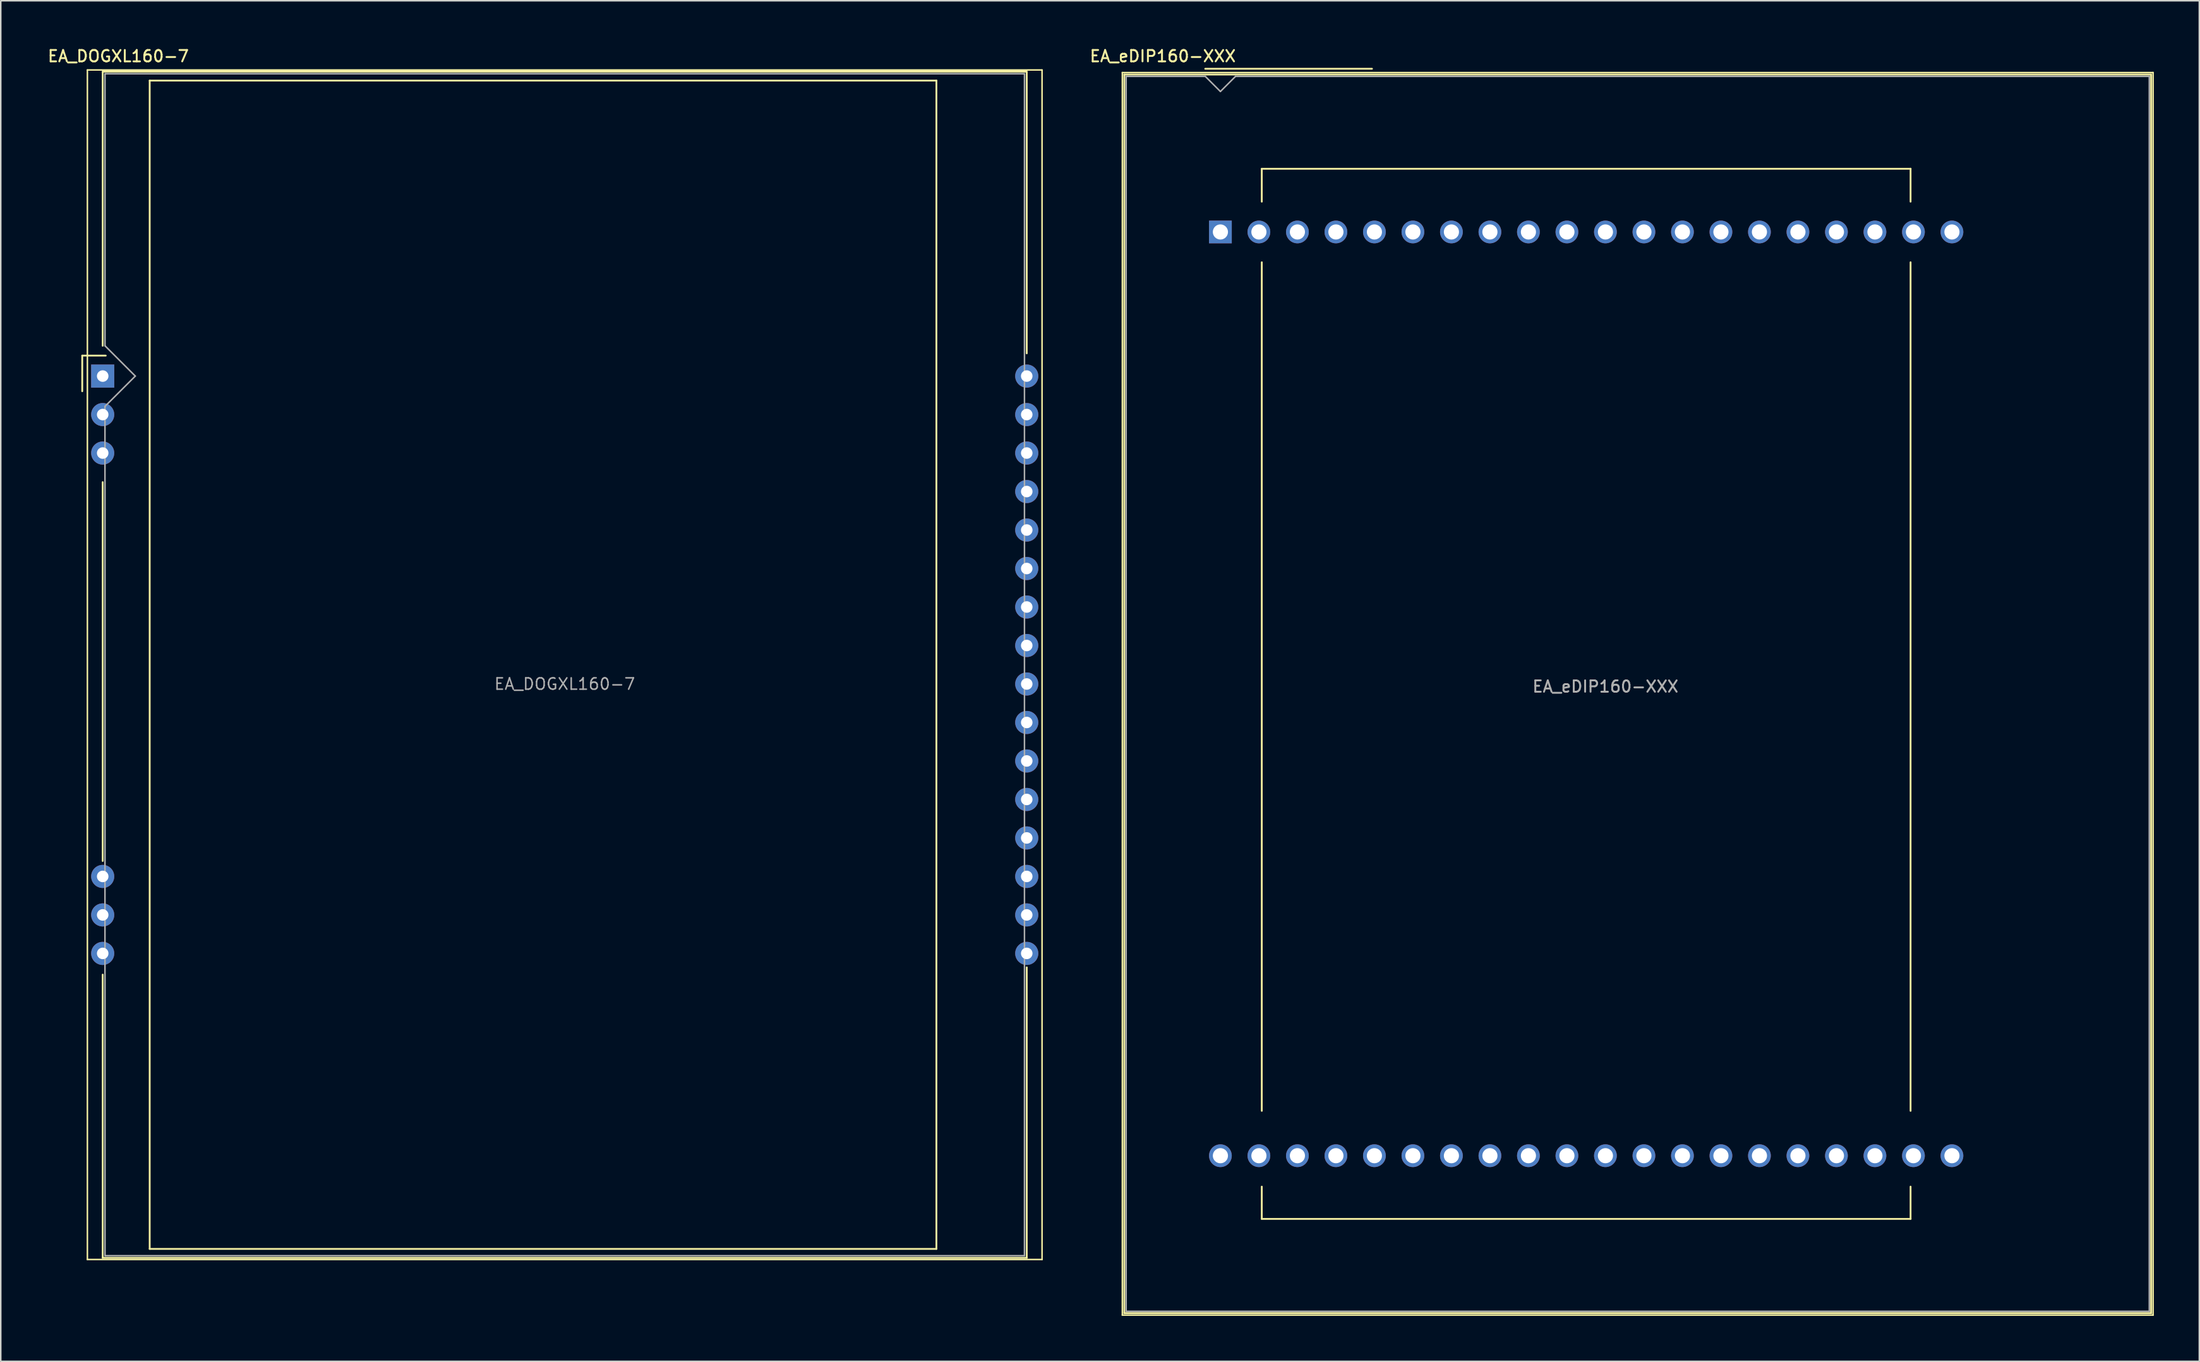
<source format=kicad_pcb>
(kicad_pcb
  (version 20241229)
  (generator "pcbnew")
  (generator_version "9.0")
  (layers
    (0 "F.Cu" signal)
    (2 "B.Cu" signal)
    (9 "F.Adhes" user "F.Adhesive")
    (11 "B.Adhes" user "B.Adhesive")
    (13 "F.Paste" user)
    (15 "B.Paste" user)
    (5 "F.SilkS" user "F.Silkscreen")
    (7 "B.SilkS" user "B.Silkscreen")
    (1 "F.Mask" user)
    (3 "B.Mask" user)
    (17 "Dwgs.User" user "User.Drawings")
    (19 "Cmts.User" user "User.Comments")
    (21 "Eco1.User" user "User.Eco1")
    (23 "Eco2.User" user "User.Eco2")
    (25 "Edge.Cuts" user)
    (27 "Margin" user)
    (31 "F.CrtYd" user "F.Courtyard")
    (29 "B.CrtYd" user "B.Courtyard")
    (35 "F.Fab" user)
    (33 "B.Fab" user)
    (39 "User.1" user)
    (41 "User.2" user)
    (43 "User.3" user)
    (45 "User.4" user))
  (footprint "EA_DOGXL160-7"
    (layer "F.Cu")
    (at 3.725 21.768)
    (property "Reference" "EA_DOGXL160-7" (at 1.03 -21.11 0) (layer "F.SilkS") (effects (font (size 0.75 0.75) (thickness 0.125))))
    (attr through_hole)
    (fp_line (start -1.35 -1.35) (end -1.35 1) (stroke (width 0.12) (type solid)) (layer "F.SilkS"))
    (fp_line (start -1.01 -20.2) (end 61.97 -20.2) (stroke (width 0.1) (type solid)) (layer "F.SilkS"))
    (fp_line (start -1.01 58.3) (end -1.01 -20.2) (stroke (width 0.1) (type solid)) (layer "F.SilkS"))
    (fp_line (start 0 -20.09) (end 0 -2) (stroke (width 0.12) (type solid)) (layer "F.SilkS"))
    (fp_line (start 0 7) (end 0 32) (stroke (width 0.12) (type solid)) (layer "F.SilkS"))
    (fp_line (start 0 39.5) (end 0 58.19) (stroke (width 0.12) (type solid)) (layer "F.SilkS"))
    (fp_line (start 0 58.19) (end 60.96 58.19) (stroke (width 0.12) (type solid)) (layer "F.SilkS"))
    (fp_line (start 0.2 -1.35) (end -1.35 -1.35) (stroke (width 0.12) (type solid)) (layer "F.SilkS"))
    (fp_line (start 3.1 -19.5) (end 3.1 57.6) (stroke (width 0.12) (type solid)) (layer "F.SilkS"))
    (fp_line (start 3.1 57.6) (end 55 57.6) (stroke (width 0.12) (type solid)) (layer "F.SilkS"))
    (fp_line (start 55 -19.5) (end 3.1 -19.5) (stroke (width 0.12) (type solid)) (layer "F.SilkS"))
    (fp_line (start 55 57.6) (end 55 -19.5) (stroke (width 0.12) (type solid)) (layer "F.SilkS"))
    (fp_line (start 60.96 -20.09) (end 0 -20.09) (stroke (width 0.12) (type solid)) (layer "F.SilkS"))
    (fp_line (start 60.96 -1.5) (end 60.96 -20.08) (stroke (width 0.12) (type solid)) (layer "F.SilkS"))
    (fp_line (start 60.96 58.19) (end 60.96 39.02) (stroke (width 0.12) (type solid)) (layer "F.SilkS"))
    (fp_line (start 61.97 -20.2) (end 61.97 58.3) (stroke (width 0.1) (type solid)) (layer "F.SilkS"))
    (fp_line (start 61.97 58.3) (end -1.01 58.3) (stroke (width 0.1) (type solid)) (layer "F.SilkS"))
    (fp_line (start 0.15 -19.95) (end 60.81 -19.95) (stroke (width 0.1) (type solid)) (layer "F.Fab"))
    (fp_line (start 0.15 -2) (end 0.15 -19.95) (stroke (width 0.1) (type solid)) (layer "F.Fab"))
    (fp_line (start 0.15 -2) (end 2.15 0) (stroke (width 0.1) (type solid)) (layer "F.Fab"))
    (fp_line (start 0.15 2) (end 0.15 58.05) (stroke (width 0.1) (type solid)) (layer "F.Fab"))
    (fp_line (start 2.15 0) (end 0.15 2) (stroke (width 0.1) (type solid)) (layer "F.Fab"))
    (fp_line (start 60.81 -19.95) (end 60.81 58.05) (stroke (width 0.1) (type solid)) (layer "F.Fab"))
    (fp_line (start 60.81 58.05) (end 0.15 58.05) (stroke (width 0.1) (type solid)) (layer "F.Fab"))
    (fp_text user "${REFERENCE}" (at 30.48 20.32 0) (layer "F.Fab") (effects (font (size 0.75 0.75) (thickness 0.1))))
    (pad "1" thru_hole rect (at 0 0) (size 1.524 1.524) (drill 0.762) (layers "*.Cu" "*.Mask"))
    (pad "2" thru_hole circle (at 0 2.54) (size 1.524 1.524) (drill 0.762) (layers "*.Cu" "*.Mask"))
    (pad "3" thru_hole circle (at 0 5.08) (size 1.524 1.524) (drill 0.762) (layers "*.Cu" "*.Mask"))
    (pad "14" thru_hole circle (at 0 33.02) (size 1.524 1.524) (drill 0.762) (layers "*.Cu" "*.Mask"))
    (pad "15" thru_hole circle (at 0 35.56) (size 1.524 1.524) (drill 0.762) (layers "*.Cu" "*.Mask"))
    (pad "16" thru_hole circle (at 0 38.1) (size 1.524 1.524) (drill 0.762) (layers "*.Cu" "*.Mask"))
    (pad "17" thru_hole circle (at 60.96 38.1) (size 1.524 1.524) (drill 0.762) (layers "*.Cu" "*.Mask"))
    (pad "18" thru_hole circle (at 60.96 35.56) (size 1.524 1.524) (drill 0.762) (layers "*.Cu" "*.Mask"))
    (pad "19" thru_hole circle (at 60.96 33.02) (size 1.524 1.524) (drill 0.762) (layers "*.Cu" "*.Mask"))
    (pad "20" thru_hole circle (at 60.96 30.48) (size 1.524 1.524) (drill 0.762) (layers "*.Cu" "*.Mask"))
    (pad "21" thru_hole circle (at 60.96 27.94) (size 1.524 1.524) (drill 0.762) (layers "*.Cu" "*.Mask"))
    (pad "22" thru_hole circle (at 60.96 25.4) (size 1.524 1.524) (drill 0.762) (layers "*.Cu" "*.Mask"))
    (pad "23" thru_hole circle (at 60.96 22.86) (size 1.524 1.524) (drill 0.762) (layers "*.Cu" "*.Mask"))
    (pad "24" thru_hole circle (at 60.96 20.32) (size 1.524 1.524) (drill 0.762) (layers "*.Cu" "*.Mask"))
    (pad "25" thru_hole circle (at 60.96 17.78) (size 1.524 1.524) (drill 0.762) (layers "*.Cu" "*.Mask"))
    (pad "26" thru_hole circle (at 60.96 15.24) (size 1.524 1.524) (drill 0.762) (layers "*.Cu" "*.Mask"))
    (pad "27" thru_hole circle (at 60.96 12.7) (size 1.524 1.524) (drill 0.762) (layers "*.Cu" "*.Mask"))
    (pad "28" thru_hole circle (at 60.96 10.16) (size 1.524 1.524) (drill 0.762) (layers "*.Cu" "*.Mask"))
    (pad "29" thru_hole circle (at 60.96 7.62) (size 1.524 1.524) (drill 0.762) (layers "*.Cu" "*.Mask"))
    (pad "30" thru_hole circle (at 60.96 5.08) (size 1.524 1.524) (drill 0.762) (layers "*.Cu" "*.Mask"))
    (pad "31" thru_hole circle (at 60.96 2.54) (size 1.524 1.524) (drill 0.762) (layers "*.Cu" "*.Mask"))
    (pad "32" thru_hole circle (at 60.96 0) (size 1.524 1.524) (drill 0.762) (layers "*.Cu" "*.Mask")))
  (footprint "EA_eDIP160-XXX"
    (layer "F.Cu")
    (at 77.461 12.258)
    (property "Reference" "EA_eDIP160-XXX" (at -3.8 -11.6 0) (layer "F.SilkS") (effects (font (size 0.75 0.75) (thickness 0.125))))
    (attr through_hole)
    (fp_line (start -6.47 -10.52) (end 61.53 -10.52) (stroke (width 0.1) (type solid)) (layer "F.SilkS"))
    (fp_line (start -6.47 71.48) (end -6.47 -10.52) (stroke (width 0.1) (type solid)) (layer "F.SilkS"))
    (fp_line (start -6.34 -10.39) (end 61.4 -10.39) (stroke (width 0.12) (type solid)) (layer "F.SilkS"))
    (fp_line (start -6.34 71.35) (end -6.34 -10.39) (stroke (width 0.12) (type solid)) (layer "F.SilkS"))
    (fp_line (start -1 -10.77) (end 10 -10.77) (stroke (width 0.12) (type solid)) (layer "F.SilkS"))
    (fp_line (start 2.73 -4.17) (end 2.73 -2) (stroke (width 0.12) (type solid)) (layer "F.SilkS"))
    (fp_line (start 2.73 -4.17) (end 45.53 -4.17) (stroke (width 0.12) (type solid)) (layer "F.SilkS"))
    (fp_line (start 2.73 2) (end 2.73 58) (stroke (width 0.12) (type solid)) (layer "F.SilkS"))
    (fp_line (start 2.73 63) (end 2.73 65.13) (stroke (width 0.12) (type solid)) (layer "F.SilkS"))
    (fp_line (start 45.53 -4.175) (end 45.53 -2) (stroke (width 0.12) (type solid)) (layer "F.SilkS"))
    (fp_line (start 45.53 2) (end 45.53 58) (stroke (width 0.12) (type solid)) (layer "F.SilkS"))
    (fp_line (start 45.53 63) (end 45.53 65.13) (stroke (width 0.12) (type solid)) (layer "F.SilkS"))
    (fp_line (start 45.53 65.13) (end 2.73 65.13) (stroke (width 0.12) (type solid)) (layer "F.SilkS"))
    (fp_line (start 61.4 -10.39) (end 61.4 71.35) (stroke (width 0.12) (type solid)) (layer "F.SilkS"))
    (fp_line (start 61.4 71.35) (end -6.34 71.35) (stroke (width 0.12) (type solid)) (layer "F.SilkS"))
    (fp_line (start 61.53 -10.52) (end 61.53 71.48) (stroke (width 0.1) (type solid)) (layer "F.SilkS"))
    (fp_line (start 61.53 71.48) (end -6.47 71.48) (stroke (width 0.1) (type solid)) (layer "F.SilkS"))
    (fp_line (start -6.22 71.23) (end -6.22 -10.27) (stroke (width 0.1) (type solid)) (layer "F.Fab"))
    (fp_line (start -1 -10.27) (end -6.22 -10.27) (stroke (width 0.1) (type solid)) (layer "F.Fab"))
    (fp_line (start -1 -10.27) (end 0 -9.27) (stroke (width 0.1) (type solid)) (layer "F.Fab"))
    (fp_line (start 0 -9.27) (end 1 -10.27) (stroke (width 0.1) (type solid)) (layer "F.Fab"))
    (fp_line (start 1 -10.27) (end 61.28 -10.27) (stroke (width 0.1) (type solid)) (layer "F.Fab"))
    (fp_line (start 61.28 -10.27) (end 61.28 71.23) (stroke (width 0.1) (type solid)) (layer "F.Fab"))
    (fp_line (start 61.28 71.23) (end -6.22 71.23) (stroke (width 0.1) (type solid)) (layer "F.Fab"))
    (fp_text user "${REFERENCE}" (at 25.4 30 0) (layer "F.Fab") (effects (font (size 0.75 0.75) (thickness 0.125))))
    (pad "1" thru_hole rect (at 0 0) (size 1.5 1.5) (drill 1) (layers "*.Cu" "*.Mask"))
    (pad "2" thru_hole circle (at 2.54 0) (size 1.5 1.5) (drill 1) (layers "*.Cu" "*.Mask"))
    (pad "3" thru_hole circle (at 5.08 0) (size 1.5 1.5) (drill 1) (layers "*.Cu" "*.Mask"))
    (pad "4" thru_hole circle (at 7.62 0) (size 1.5 1.5) (drill 1) (layers "*.Cu" "*.Mask"))
    (pad "5" thru_hole circle (at 10.16 0) (size 1.5 1.5) (drill 1) (layers "*.Cu" "*.Mask"))
    (pad "6" thru_hole circle (at 12.7 0) (size 1.5 1.5) (drill 1) (layers "*.Cu" "*.Mask"))
    (pad "7" thru_hole circle (at 15.24 0) (size 1.5 1.5) (drill 1) (layers "*.Cu" "*.Mask"))
    (pad "8" thru_hole circle (at 17.78 0) (size 1.5 1.5) (drill 1) (layers "*.Cu" "*.Mask"))
    (pad "9" thru_hole circle (at 20.32 0) (size 1.5 1.5) (drill 1) (layers "*.Cu" "*.Mask"))
    (pad "10" thru_hole circle (at 22.86 0) (size 1.5 1.5) (drill 1) (layers "*.Cu" "*.Mask"))
    (pad "11" thru_hole circle (at 25.4 0) (size 1.5 1.5) (drill 1) (layers "*.Cu" "*.Mask"))
    (pad "12" thru_hole circle (at 27.94 0) (size 1.5 1.5) (drill 1) (layers "*.Cu" "*.Mask"))
    (pad "13" thru_hole circle (at 30.48 0) (size 1.5 1.5) (drill 1) (layers "*.Cu" "*.Mask"))
    (pad "14" thru_hole circle (at 33.02 0) (size 1.5 1.5) (drill 1) (layers "*.Cu" "*.Mask"))
    (pad "15" thru_hole circle (at 35.56 0) (size 1.5 1.5) (drill 1) (layers "*.Cu" "*.Mask"))
    (pad "16" thru_hole circle (at 38.1 0) (size 1.5 1.5) (drill 1) (layers "*.Cu" "*.Mask"))
    (pad "17" thru_hole circle (at 40.64 0) (size 1.5 1.5) (drill 1) (layers "*.Cu" "*.Mask"))
    (pad "18" thru_hole circle (at 43.18 0) (size 1.5 1.5) (drill 1) (layers "*.Cu" "*.Mask"))
    (pad "19" thru_hole circle (at 45.72 0) (size 1.5 1.5) (drill 1) (layers "*.Cu" "*.Mask"))
    (pad "20" thru_hole circle (at 48.26 0) (size 1.5 1.5) (drill 1) (layers "*.Cu" "*.Mask"))
    (pad "21" thru_hole circle (at 48.26 60.96) (size 1.5 1.5) (drill 1) (layers "*.Cu" "*.Mask"))
    (pad "22" thru_hole circle (at 45.72 60.96) (size 1.5 1.5) (drill 1) (layers "*.Cu" "*.Mask"))
    (pad "23" thru_hole circle (at 43.18 60.96) (size 1.5 1.5) (drill 1) (layers "*.Cu" "*.Mask"))
    (pad "24" thru_hole circle (at 40.64 60.96) (size 1.5 1.5) (drill 1) (layers "*.Cu" "*.Mask"))
    (pad "25" thru_hole circle (at 38.1 60.96) (size 1.5 1.5) (drill 1) (layers "*.Cu" "*.Mask"))
    (pad "26" thru_hole circle (at 35.56 60.96) (size 1.5 1.5) (drill 1) (layers "*.Cu" "*.Mask"))
    (pad "27" thru_hole circle (at 33.02 60.96) (size 1.5 1.5) (drill 1) (layers "*.Cu" "*.Mask"))
    (pad "28" thru_hole circle (at 30.48 60.96) (size 1.5 1.5) (drill 1) (layers "*.Cu" "*.Mask"))
    (pad "29" thru_hole circle (at 27.94 60.96) (size 1.5 1.5) (drill 1) (layers "*.Cu" "*.Mask"))
    (pad "30" thru_hole circle (at 25.4 60.96) (size 1.5 1.5) (drill 1) (layers "*.Cu" "*.Mask"))
    (pad "31" thru_hole circle (at 22.86 60.96) (size 1.5 1.5) (drill 1) (layers "*.Cu" "*.Mask"))
    (pad "32" thru_hole circle (at 20.32 60.96) (size 1.5 1.5) (drill 1) (layers "*.Cu" "*.Mask"))
    (pad "33" thru_hole circle (at 17.78 60.96) (size 1.5 1.5) (drill 1) (layers "*.Cu" "*.Mask"))
    (pad "34" thru_hole circle (at 15.24 60.96) (size 1.5 1.5) (drill 1) (layers "*.Cu" "*.Mask"))
    (pad "35" thru_hole circle (at 12.7 60.96) (size 1.5 1.5) (drill 1) (layers "*.Cu" "*.Mask"))
    (pad "36" thru_hole circle (at 10.16 60.96) (size 1.5 1.5) (drill 1) (layers "*.Cu" "*.Mask"))
    (pad "37" thru_hole circle (at 7.62 60.96) (size 1.5 1.5) (drill 1) (layers "*.Cu" "*.Mask"))
    (pad "38" thru_hole circle (at 5.08 60.96) (size 1.5 1.5) (drill 1) (layers "*.Cu" "*.Mask"))
    (pad "39" thru_hole circle (at 2.54 60.96) (size 1.5 1.5) (drill 1) (layers "*.Cu" "*.Mask"))
    (pad "40" thru_hole circle (at 0 60.96) (size 1.5 1.5) (drill 1) (layers "*.Cu" "*.Mask")))
  (gr_rect
    (start -3 -3)
    (end 142.041 86.788)
    (stroke (width 0.1) (type default))
    (fill no)
    (layer "Edge.Cuts")))
</source>
